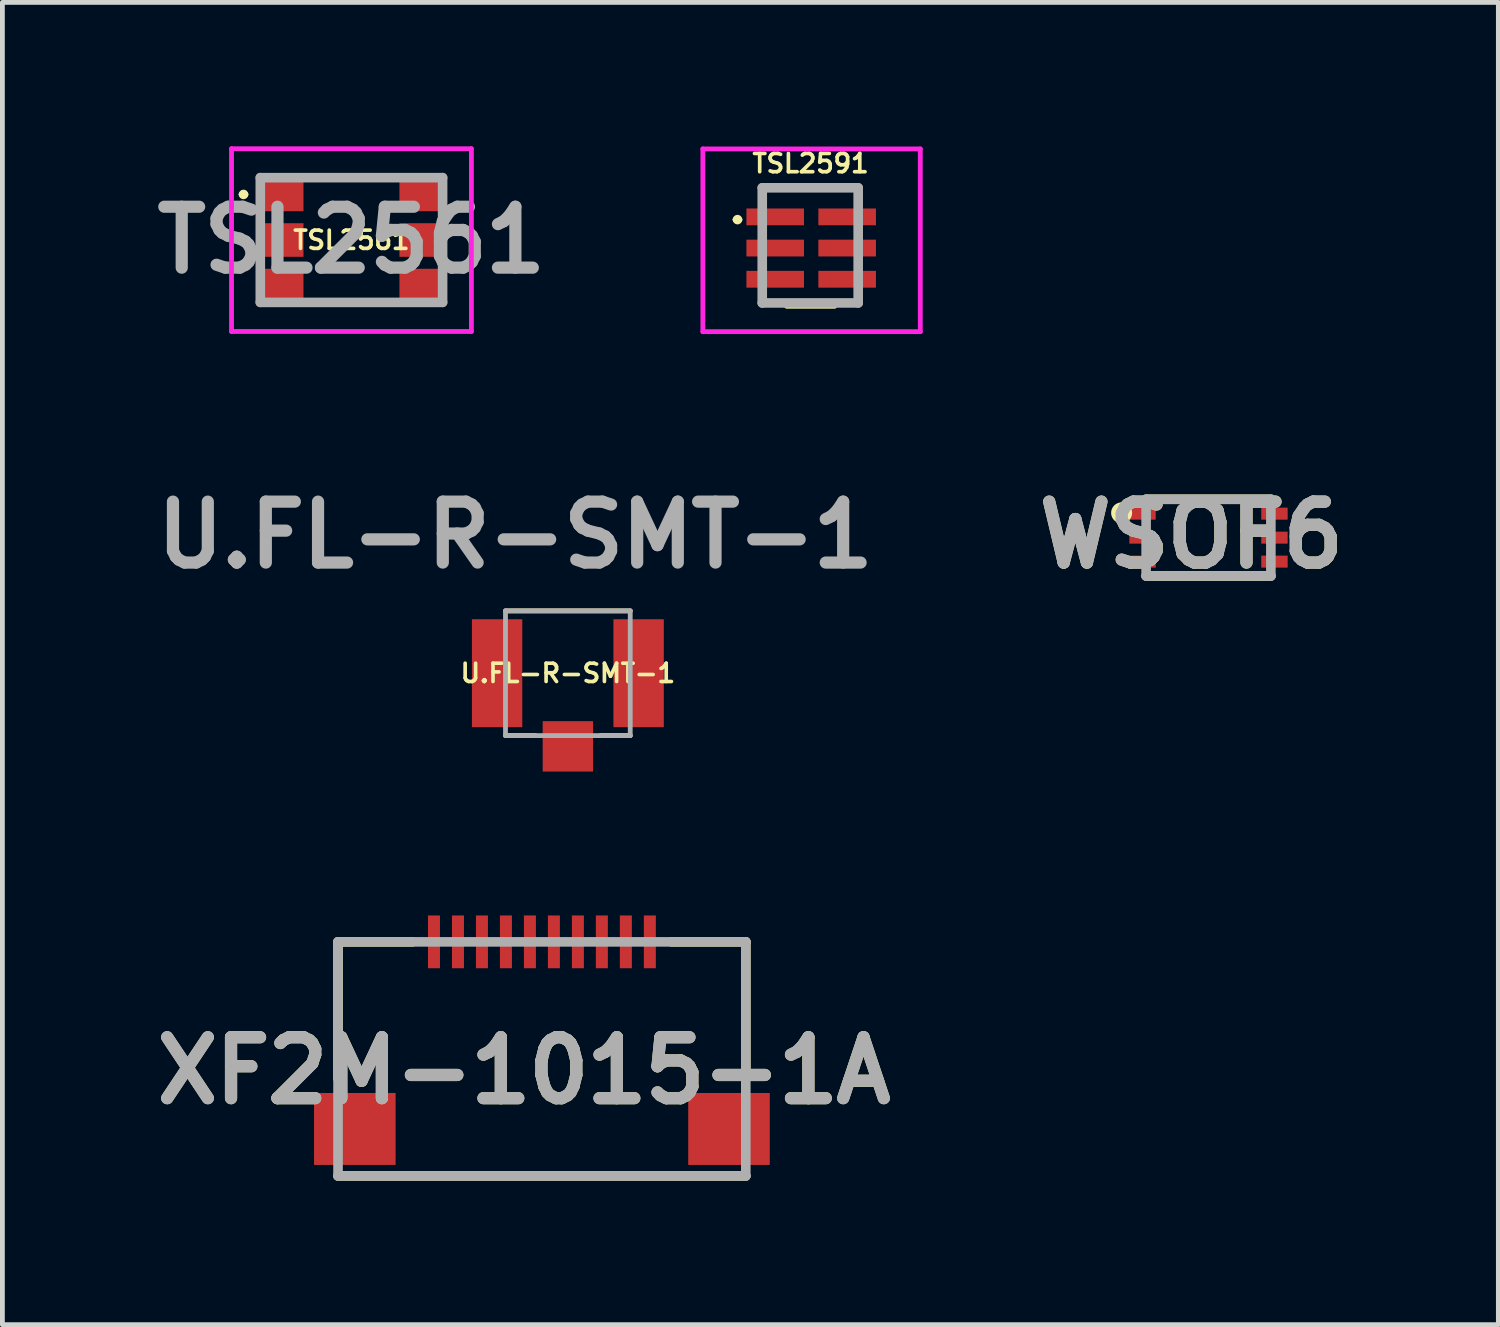
<source format=kicad_pcb>
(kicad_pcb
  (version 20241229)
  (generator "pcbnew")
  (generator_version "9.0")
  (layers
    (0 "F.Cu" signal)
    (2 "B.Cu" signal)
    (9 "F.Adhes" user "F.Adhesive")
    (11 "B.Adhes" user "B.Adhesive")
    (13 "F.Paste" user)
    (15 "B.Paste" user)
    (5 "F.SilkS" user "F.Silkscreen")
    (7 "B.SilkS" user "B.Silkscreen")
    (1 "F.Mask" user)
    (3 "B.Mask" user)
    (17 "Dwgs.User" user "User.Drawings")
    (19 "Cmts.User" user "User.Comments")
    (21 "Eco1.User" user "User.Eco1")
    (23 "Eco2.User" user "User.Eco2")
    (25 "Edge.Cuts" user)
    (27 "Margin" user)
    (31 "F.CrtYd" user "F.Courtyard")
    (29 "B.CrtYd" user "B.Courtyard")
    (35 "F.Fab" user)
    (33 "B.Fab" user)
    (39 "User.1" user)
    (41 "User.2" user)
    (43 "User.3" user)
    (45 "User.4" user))
  (footprint "WSOF6"
    (layer "F.Cu")
    (at 22.141 8.157)
    (property "Reference" "WSOF6" (at -0.357 -0.055 0) (layer "F.SilkS") (effects (font (size 1.27 1.27) (thickness 0.254))))
    (attr smd)
    (fp_line (start -1.3 -0.8) (end 1.3 -0.8) (stroke (width 0.2) (type solid)) (layer "F.SilkS"))
    (fp_line (start 1.3 0.8) (end -1.3 0.8) (stroke (width 0.2) (type solid)) (layer "F.SilkS"))
    (fp_circle (center -1.811 -0.516) (end -1.811 -0.497) (stroke (width 0.2) (type solid)) (fill no) (layer "F.SilkS"))
    (fp_line (start -1.3 -0.8) (end 1.3 -0.8) (stroke (width 0.2) (type solid)) (layer "F.Fab"))
    (fp_line (start -1.3 0.8) (end -1.3 -0.8) (stroke (width 0.2) (type solid)) (layer "F.Fab"))
    (fp_line (start 1.3 -0.8) (end 1.3 0.8) (stroke (width 0.2) (type solid)) (layer "F.Fab"))
    (fp_line (start 1.3 0.8) (end -1.3 0.8) (stroke (width 0.2) (type solid)) (layer "F.Fab"))
    (fp_text user "${REFERENCE}" (at -0.357 -0.055 0) (layer "F.Fab") (effects (font (size 1.27 1.27) (thickness 0.254))))
    (pad "1" smd rect (at -1.375 -0.5 90) (size 0.25 0.55) (layers "F.Cu" "F.Mask" "F.Paste"))
    (pad "2" smd rect (at -1.375 0 90) (size 0.25 0.55) (layers "F.Cu" "F.Mask" "F.Paste"))
    (pad "3" smd rect (at -1.375 0.5 90) (size 0.25 0.55) (layers "F.Cu" "F.Mask" "F.Paste"))
    (pad "4" smd rect (at 1.375 0.5 90) (size 0.25 0.55) (layers "F.Cu" "F.Mask" "F.Paste"))
    (pad "5" smd rect (at 1.375 0 90) (size 0.25 0.55) (layers "F.Cu" "F.Mask" "F.Paste"))
    (pad "6" smd rect (at 1.375 -0.5 90) (size 0.25 0.55) (layers "F.Cu" "F.Mask" "F.Paste")))
  (footprint "XF2M-1015-1A"
    (layer "F.Cu")
    (at 8.246 16.583)
    (property "Reference" "XF2M-1015-1A" (at -0.372 2.684 0) (layer "F.SilkS") (effects (font (size 1.27 1.27) (thickness 0.254))))
    (attr smd)
    (fp_line (start -4.25 0) (end -4.25 2.85) (stroke (width 0.2) (type solid)) (layer "F.SilkS"))
    (fp_line (start -4.25 0) (end -2.7 0) (stroke (width 0.2) (type solid)) (layer "F.SilkS"))
    (fp_line (start -4.25 4.88) (end 4.25 4.88) (stroke (width 0.2) (type solid)) (layer "F.SilkS"))
    (fp_line (start 4.25 0) (end 2.7 0) (stroke (width 0.2) (type solid)) (layer "F.SilkS"))
    (fp_line (start 4.25 0) (end 4.25 2.85) (stroke (width 0.2) (type solid)) (layer "F.SilkS"))
    (fp_line (start -4.25 0) (end 4.25 0) (stroke (width 0.2) (type solid)) (layer "F.Fab"))
    (fp_line (start -4.25 4.88) (end -4.25 0) (stroke (width 0.2) (type solid)) (layer "F.Fab"))
    (fp_line (start 4.25 0) (end 4.25 4.88) (stroke (width 0.2) (type solid)) (layer "F.Fab"))
    (fp_line (start 4.25 4.88) (end -4.25 4.88) (stroke (width 0.2) (type solid)) (layer "F.Fab"))
    (fp_text user "${REFERENCE}" (at -0.372 2.684 0) (layer "F.Fab") (effects (font (size 1.27 1.27) (thickness 0.254))))
    (pad "1" smd rect (at -2.25 0) (size 0.25 1.1) (layers "F.Cu" "F.Mask" "F.Paste"))
    (pad "2" smd rect (at -1.75 0) (size 0.25 1.1) (layers "F.Cu" "F.Mask" "F.Paste"))
    (pad "3" smd rect (at -1.25 0) (size 0.25 1.1) (layers "F.Cu" "F.Mask" "F.Paste"))
    (pad "4" smd rect (at -0.75 0) (size 0.25 1.1) (layers "F.Cu" "F.Mask" "F.Paste"))
    (pad "5" smd rect (at -0.25 0) (size 0.25 1.1) (layers "F.Cu" "F.Mask" "F.Paste"))
    (pad "6" smd rect (at 0.25 0) (size 0.25 1.1) (layers "F.Cu" "F.Mask" "F.Paste"))
    (pad "7" smd rect (at 0.75 0) (size 0.25 1.1) (layers "F.Cu" "F.Mask" "F.Paste"))
    (pad "8" smd rect (at 1.25 0) (size 0.25 1.1) (layers "F.Cu" "F.Mask" "F.Paste"))
    (pad "9" smd rect (at 1.75 0) (size 0.25 1.1) (layers "F.Cu" "F.Mask" "F.Paste"))
    (pad "10" smd rect (at 2.25 0) (size 0.25 1.1) (layers "F.Cu" "F.Mask" "F.Paste"))
    (pad "11" smd rect (at -3.9 3.9 90) (size 1.5 1.7) (layers "F.Cu" "F.Mask" "F.Paste"))
    (pad "12" smd rect (at 3.9 3.9 90) (size 1.5 1.7) (layers "F.Cu" "F.Mask" "F.Paste")))
  (footprint "U.FL-R-SMT-1"
    (layer "F.Cu")
    (at 8.787 10.983)
    (property "Reference" "U.FL-R-SMT-1" (at 0 0 180) (layer "F.SilkS") (effects (font (size 0.381 0.381) (thickness 0.076))))
    (attr smd)
    (fp_line (start -1.3 -1.3) (end 1.3 -1.3) (stroke (width 0.1) (type solid)) (layer "F.SilkS"))
    (fp_line (start -1.3 1.3) (end -0.681 1.3) (stroke (width 0.1) (type solid)) (layer "F.SilkS"))
    (fp_line (start 1.3 1.3) (end 0.681 1.3) (stroke (width 0.1) (type solid)) (layer "F.SilkS"))
    (fp_line (start -1.3 -1.3) (end 1.3 -1.3) (stroke (width 0.1) (type solid)) (layer "F.Fab"))
    (fp_line (start -1.3 1.3) (end -1.3 -1.3) (stroke (width 0.1) (type solid)) (layer "F.Fab"))
    (fp_line (start 1.3 -1.3) (end 1.3 1.3) (stroke (width 0.1) (type solid)) (layer "F.Fab"))
    (fp_line (start 1.3 1.3) (end -1.3 1.3) (stroke (width 0.1) (type solid)) (layer "F.Fab"))
    (fp_text user "${REFERENCE}" (at -1.095 -2.881 180) (layer "F.Fab") (effects (font (size 1.27 1.27) (thickness 0.254))))
    (pad "1" smd rect (at -1.475 0) (size 1.05 2.25) (layers "F.Cu" "F.Mask" "F.Paste"))
    (pad "2" smd rect (at 1.475 0) (size 1.05 2.25) (layers "F.Cu" "F.Mask" "F.Paste"))
    (pad "3" smd rect (at 0 1.525 90) (size 1.05 1.05) (layers "F.Cu" "F.Mask" "F.Paste")))
  (footprint "TSL2591"
    (layer "F.Cu")
    (at 13.847 2.184)
    (property "Reference" "TSL2591" (at 0 -1.827 0) (layer "F.SilkS") (effects (font (size 0.381 0.381) (thickness 0.076))))
    (attr smd)
    (fp_line (start -1.574 -0.656) (end -1.574 -0.656) (stroke (width 0.1) (type solid)) (layer "F.SilkS"))
    (fp_line (start -1.474 -0.656) (end -1.474 -0.656) (stroke (width 0.1) (type solid)) (layer "F.SilkS"))
    (fp_line (start -0.5 -1.319) (end 0.5 -1.319) (stroke (width 0.1) (type solid)) (layer "F.SilkS"))
    (fp_line (start -0.5 1.15) (end 0.5 1.15) (stroke (width 0.1) (type solid)) (layer "F.SilkS"))
    (fp_arc (start -1.574 -0.656) (mid -1.524 -0.706) (end -1.474 -0.656) (stroke (width 0.1) (type solid)) (layer "F.SilkS"))
    (fp_arc (start -1.474 -0.656) (mid -1.524 -0.606) (end -1.574 -0.656) (stroke (width 0.1) (type solid)) (layer "F.SilkS"))
    (fp_line (start -2.246 -2.13) (end 2.286 -2.13) (stroke (width 0.1) (type solid)) (layer "F.CrtYd"))
    (fp_line (start -2.246 1.68) (end -2.246 -2.13) (stroke (width 0.1) (type solid)) (layer "F.CrtYd"))
    (fp_line (start 2.286 -2.13) (end 2.286 1.68) (stroke (width 0.1) (type solid)) (layer "F.CrtYd"))
    (fp_line (start 2.286 1.68) (end -2.246 1.68) (stroke (width 0.1) (type solid)) (layer "F.CrtYd"))
    (fp_line (start -1.008 -1.319) (end -1.008 1.081) (stroke (width 0.2) (type solid)) (layer "F.Fab"))
    (fp_line (start 0.992 -1.319) (end -1.008 -1.319) (stroke (width 0.2) (type solid)) (layer "F.Fab"))
    (fp_line (start 0.992 -1.319) (end 0.992 1.081) (stroke (width 0.2) (type solid)) (layer "F.Fab"))
    (fp_line (start 0.992 1.081) (end -1.008 1.081) (stroke (width 0.2) (type solid)) (layer "F.Fab"))
    (pad "1" smd rect (at -0.738 -0.713 90) (size 0.35 1.2) (layers "F.Cu" "F.Mask" "F.Paste"))
    (pad "2" smd rect (at -0.738 -0.063 90) (size 0.35 1.2) (layers "F.Cu" "F.Mask" "F.Paste"))
    (pad "3" smd rect (at -0.738 0.587 90) (size 0.35 1.2) (layers "F.Cu" "F.Mask" "F.Paste"))
    (pad "4" smd rect (at 0.762 0.587 90) (size 0.35 1.2) (layers "F.Cu" "F.Mask" "F.Paste"))
    (pad "5" smd rect (at 0.762 -0.063 90) (size 0.35 1.2) (layers "F.Cu" "F.Mask" "F.Paste"))
    (pad "6" smd rect (at 0.762 -0.713 90) (size 0.35 1.2) (layers "F.Cu" "F.Mask" "F.Paste")))
  (footprint "TSL2561"
    (layer "F.Cu")
    (at 4.276 1.953)
    (property "Reference" "TSL2561" (at 0 0.002 0) (layer "F.SilkS") (effects (font (size 0.381 0.381) (thickness 0.076))))
    (attr smd)
    (fp_line (start -2.3 -0.95) (end -2.3 -0.95) (stroke (width 0.1) (type solid)) (layer "F.SilkS"))
    (fp_line (start -2.2 -0.95) (end -2.2 -0.95) (stroke (width 0.1) (type solid)) (layer "F.SilkS"))
    (fp_line (start -0.5 -1.3) (end 0.5 -1.303) (stroke (width 0.1) (type solid)) (layer "F.SilkS"))
    (fp_line (start -0.5 1.3) (end 0.5 1.307) (stroke (width 0.1) (type solid)) (layer "F.SilkS"))
    (fp_arc (start -2.3 -0.95) (mid -2.25 -1) (end -2.2 -0.95) (stroke (width 0.1) (type solid)) (layer "F.SilkS"))
    (fp_arc (start -2.2 -0.95) (mid -2.25 -0.9) (end -2.3 -0.95) (stroke (width 0.1) (type solid)) (layer "F.SilkS"))
    (fp_line (start -2.5 -1.903) (end 2.5 -1.903) (stroke (width 0.1) (type solid)) (layer "F.CrtYd"))
    (fp_line (start -2.5 1.907) (end -2.5 -1.903) (stroke (width 0.1) (type solid)) (layer "F.CrtYd"))
    (fp_line (start 2.5 -1.903) (end 2.5 1.907) (stroke (width 0.1) (type solid)) (layer "F.CrtYd"))
    (fp_line (start 2.5 1.907) (end -2.5 1.907) (stroke (width 0.1) (type solid)) (layer "F.CrtYd"))
    (fp_line (start -1.9 -1.3) (end 1.9 -1.3) (stroke (width 0.2) (type solid)) (layer "F.Fab"))
    (fp_line (start -1.9 1.3) (end -1.9 -1.3) (stroke (width 0.2) (type solid)) (layer "F.Fab"))
    (fp_line (start 1.9 -1.3) (end 1.9 1.3) (stroke (width 0.2) (type solid)) (layer "F.Fab"))
    (fp_line (start 1.9 1.3) (end -1.9 1.3) (stroke (width 0.2) (type solid)) (layer "F.Fab"))
    (fp_text user "${REFERENCE}" (at 0 0.002 0) (layer "F.Fab") (effects (font (size 1.27 1.27) (thickness 0.254))))
    (pad "1" smd rect (at -1.45 -0.95 90) (size 0.7 0.9) (layers "F.Cu" "F.Mask" "F.Paste"))
    (pad "2" smd rect (at -1.45 0 90) (size 0.7 0.9) (layers "F.Cu" "F.Mask" "F.Paste"))
    (pad "3" smd rect (at -1.45 0.95 90) (size 0.7 0.9) (layers "F.Cu" "F.Mask" "F.Paste"))
    (pad "4" smd rect (at 1.45 0.95 90) (size 0.7 0.9) (layers "F.Cu" "F.Mask" "F.Paste"))
    (pad "5" smd rect (at 1.45 0 90) (size 0.7 0.9) (layers "F.Cu" "F.Mask" "F.Paste"))
    (pad "6" smd rect (at 1.45 -0.95 90) (size 0.7 0.9) (layers "F.Cu" "F.Mask" "F.Paste")))
  (gr_rect
    (start -3 -3)
    (end 28.183 24.563)
    (stroke (width 0.1) (type default))
    (fill no)
    (layer "Edge.Cuts")))
</source>
